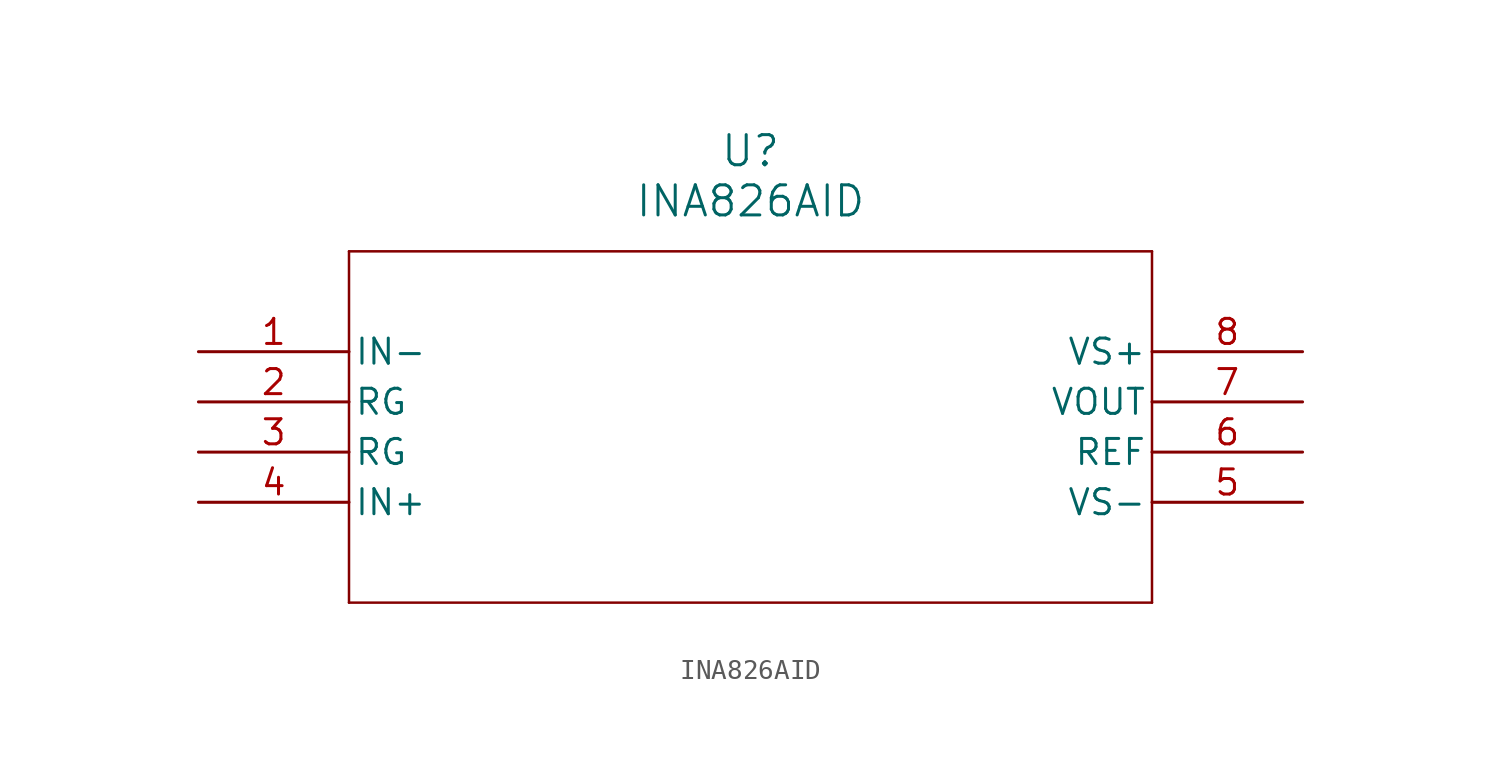
<source format=kicad_sym>
(kicad_symbol_lib
  (version 20211014)
  (generator kicad_symbol_editor)
  (symbol "INA826AID"
    (pin_names
      (offset 0.254))
    (property "Reference" "U"
      (at 27.94 10.16 0)
      (effects (font (size 1.524 1.524))))
    (property "Value" "INA826AID"
      (at 27.94 7.62 0)
      (effects (font (size 1.524 1.524))))
    (symbol "INA826AID_0_1"
      (polyline (pts (xy 7.62 5.08) (xy 7.62 -12.7)) (stroke (width 0.127) (type default) (color 0 0 0 0)) (fill (type none)))
      (polyline (pts (xy 7.62 -12.7) (xy 48.26 -12.7)) (stroke (width 0.127) (type default) (color 0 0 0 0)) (fill (type none)))
      (polyline (pts (xy 48.26 -12.7) (xy 48.26 5.08)) (stroke (width 0.127) (type default) (color 0 0 0 0)) (fill (type none)))
      (polyline (pts (xy 48.26 5.08) (xy 7.62 5.08)) (stroke (width 0.127) (type default) (color 0 0 0 0)) (fill (type none)))
      (pin input line (at 0 0 0) (length 7.62) (name "IN-" (effects (font (size 1.27 1.27)))) (number "1" (effects (font (size 1.27 1.27)))))
      (pin unspecified line (at 0 -2.54 0) (length 7.62) (name "RG" (effects (font (size 1.27 1.27)))) (number "2" (effects (font (size 1.27 1.27)))))
      (pin unspecified line (at 0 -5.08 0) (length 7.62) (name "RG" (effects (font (size 1.27 1.27)))) (number "3" (effects (font (size 1.27 1.27)))))
      (pin input line (at 0 -7.62 0) (length 7.62) (name "IN+" (effects (font (size 1.27 1.27)))) (number "4" (effects (font (size 1.27 1.27)))))
      (pin power_in line (at 55.88 -7.62 180) (length 7.62) (name "VS-" (effects (font (size 1.27 1.27)))) (number "5" (effects (font (size 1.27 1.27)))))
      (pin unspecified line (at 55.88 -5.08 180) (length 7.62) (name "REF" (effects (font (size 1.27 1.27)))) (number "6" (effects (font (size 1.27 1.27)))))
      (pin output line (at 55.88 -2.54 180) (length 7.62) (name "VOUT" (effects (font (size 1.27 1.27)))) (number "7" (effects (font (size 1.27 1.27)))))
      (pin power_in line (at 55.88 0 180) (length 7.62) (name "VS+" (effects (font (size 1.27 1.27)))) (number "8" (effects (font (size 1.27 1.27))))))))
</source>
